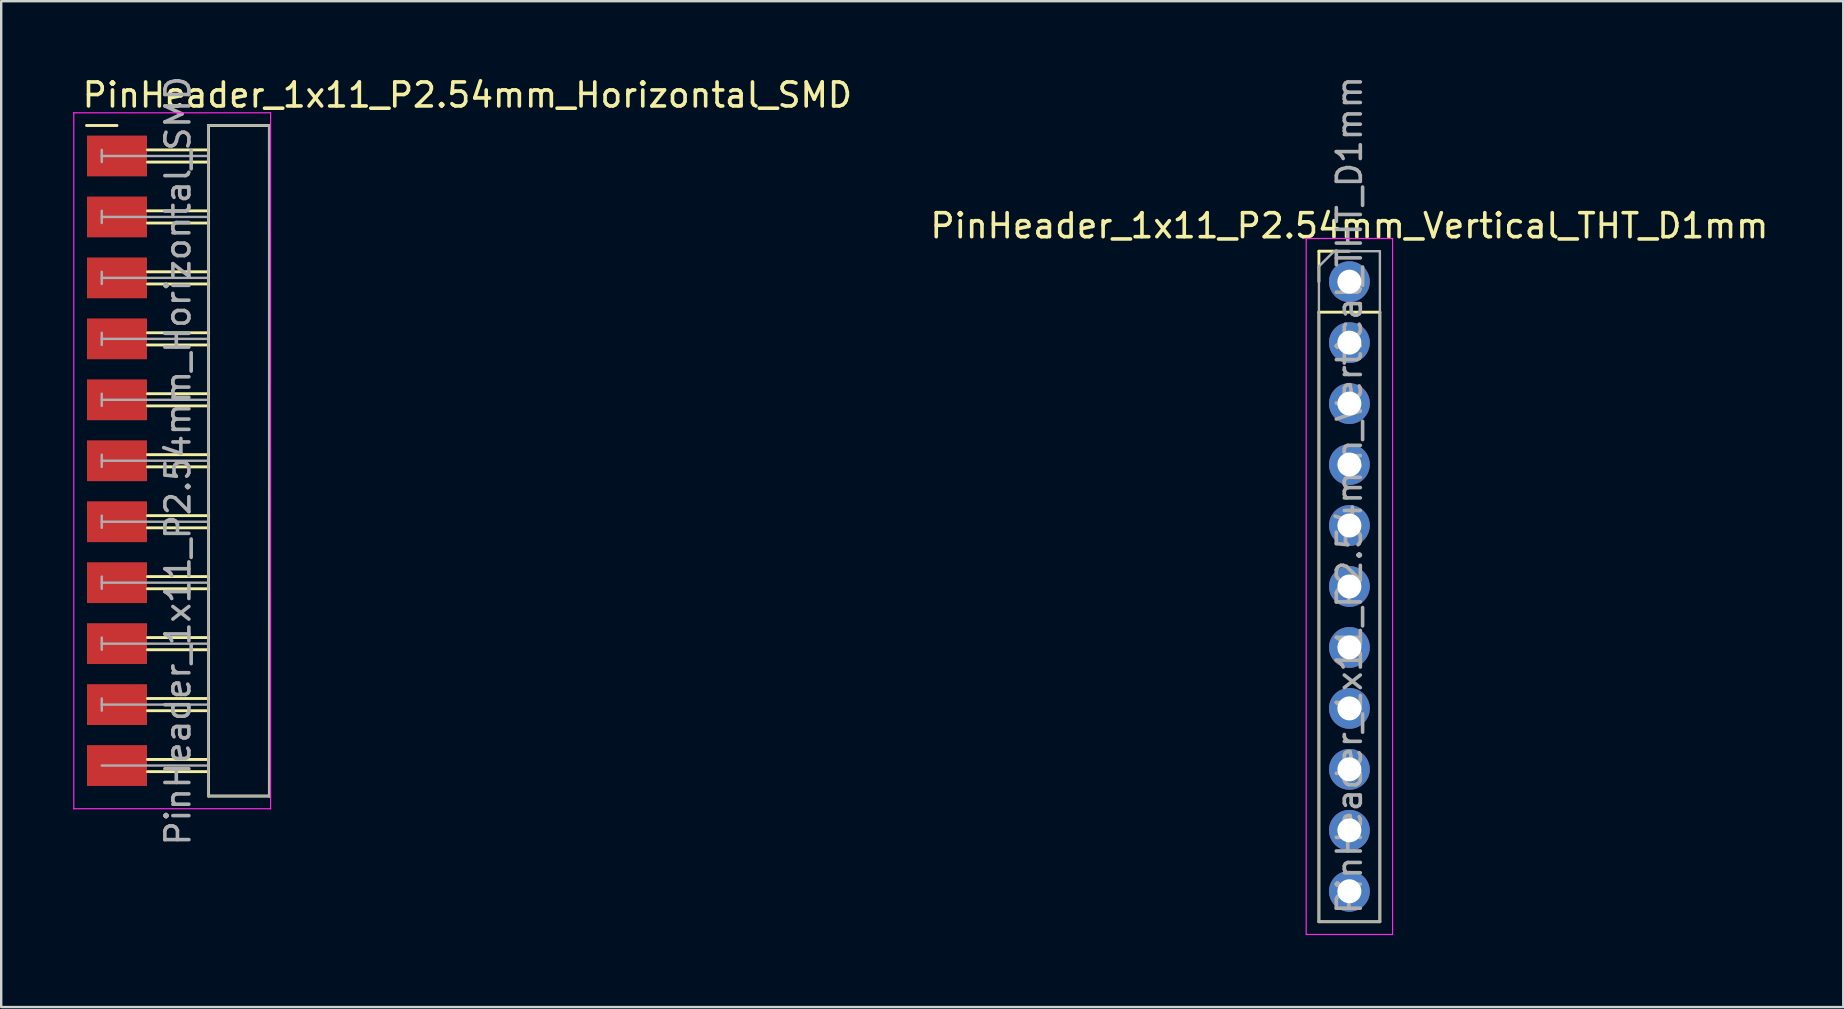
<source format=kicad_pcb>
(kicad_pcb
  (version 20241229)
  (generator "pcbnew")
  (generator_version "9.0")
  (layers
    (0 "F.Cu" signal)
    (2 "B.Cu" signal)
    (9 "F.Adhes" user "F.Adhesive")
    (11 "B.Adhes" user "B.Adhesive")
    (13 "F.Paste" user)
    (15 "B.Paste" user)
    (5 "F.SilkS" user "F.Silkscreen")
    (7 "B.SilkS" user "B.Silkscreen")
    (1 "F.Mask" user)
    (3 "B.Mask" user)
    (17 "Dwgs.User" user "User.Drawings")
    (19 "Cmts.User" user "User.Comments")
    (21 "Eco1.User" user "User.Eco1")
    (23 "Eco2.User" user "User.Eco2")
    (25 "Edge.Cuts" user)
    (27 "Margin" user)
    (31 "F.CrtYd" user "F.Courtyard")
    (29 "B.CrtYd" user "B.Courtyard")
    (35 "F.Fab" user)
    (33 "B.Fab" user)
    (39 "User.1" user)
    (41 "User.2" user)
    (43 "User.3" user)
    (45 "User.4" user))
  (footprint "PinHeader_1x11_P2.54mm_Vertical_THT_D1mm"
    (layer "F.Cu")
    (at 53.176 8.687)
    (property "Reference" "PinHeader_1x11_P2.54mm_Vertical_THT_D1mm" (at 0 -2.33 0) (layer "F.SilkS") (effects (font (size 1 1) (thickness 0.15))))
    (attr through_hole)
    (fp_line (start -1.27 -1.27) (end 0 -1.27) (stroke (width 0.12) (type solid)) (layer "F.SilkS"))
    (fp_line (start -1.27 0) (end -1.27 -1.27) (stroke (width 0.12) (type solid)) (layer "F.SilkS"))
    (fp_line (start -1.27 1.27) (end -1.27 26.67) (stroke (width 0.12) (type solid)) (layer "F.SilkS"))
    (fp_line (start -1.27 1.27) (end 1.27 1.27) (stroke (width 0.12) (type solid)) (layer "F.SilkS"))
    (fp_line (start -1.27 26.67) (end 1.27 26.67) (stroke (width 0.12) (type solid)) (layer "F.SilkS"))
    (fp_line (start 1.27 1.27) (end 1.27 26.67) (stroke (width 0.12) (type solid)) (layer "F.SilkS"))
    (fp_line (start -1.8 -1.8) (end -1.8 27.2) (stroke (width 0.05) (type solid)) (layer "F.CrtYd"))
    (fp_line (start -1.8 27.2) (end 1.8 27.2) (stroke (width 0.05) (type solid)) (layer "F.CrtYd"))
    (fp_line (start 1.8 -1.8) (end -1.8 -1.8) (stroke (width 0.05) (type solid)) (layer "F.CrtYd"))
    (fp_line (start 1.8 27.2) (end 1.8 -1.8) (stroke (width 0.05) (type solid)) (layer "F.CrtYd"))
    (fp_line (start -1.27 -0.635) (end -0.635 -1.27) (stroke (width 0.1) (type solid)) (layer "F.Fab"))
    (fp_line (start -1.27 26.67) (end -1.27 -0.635) (stroke (width 0.1) (type solid)) (layer "F.Fab"))
    (fp_line (start -0.635 -1.27) (end 1.27 -1.27) (stroke (width 0.1) (type solid)) (layer "F.Fab"))
    (fp_line (start 1.27 -1.27) (end 1.27 26.67) (stroke (width 0.1) (type solid)) (layer "F.Fab"))
    (fp_line (start 1.27 26.67) (end -1.27 26.67) (stroke (width 0.1) (type solid)) (layer "F.Fab"))
    (fp_text user "${REFERENCE}" (at 0 8.89 90) (layer "F.Fab") (effects (font (size 1 1) (thickness 0.15))))
    (pad "1" thru_hole circle (at 0 0) (size 1.7 1.7) (drill 1) (layers "*.Cu" "*.Mask"))
    (pad "2" thru_hole oval (at 0 2.54) (size 1.7 1.7) (drill 1) (layers "*.Cu" "*.Mask"))
    (pad "3" thru_hole oval (at 0 5.08) (size 1.7 1.7) (drill 1) (layers "*.Cu" "*.Mask"))
    (pad "4" thru_hole oval (at 0 7.62) (size 1.7 1.7) (drill 1) (layers "*.Cu" "*.Mask"))
    (pad "5" thru_hole oval (at 0 10.16) (size 1.7 1.7) (drill 1) (layers "*.Cu" "*.Mask"))
    (pad "6" thru_hole oval (at 0 12.7) (size 1.7 1.7) (drill 1) (layers "*.Cu" "*.Mask"))
    (pad "7" thru_hole oval (at 0 15.24) (size 1.7 1.7) (drill 1) (layers "*.Cu" "*.Mask"))
    (pad "8" thru_hole oval (at 0 17.78) (size 1.7 1.7) (drill 1) (layers "*.Cu" "*.Mask"))
    (pad "9" thru_hole oval (at 0 20.32) (size 1.7 1.7) (drill 1) (layers "*.Cu" "*.Mask"))
    (pad "10" thru_hole oval (at 0 22.86) (size 1.7 1.7) (drill 1) (layers "*.Cu" "*.Mask"))
    (pad "11" thru_hole oval (at 0 25.4) (size 1.7 1.7) (drill 1) (layers "*.Cu" "*.Mask")))
  (footprint "PinHeader_1x11_P2.54mm_Horizontal_SMD"
    (layer "F.Cu")
    (at 1.825 3.449)
    (property "Reference" "PinHeader_1x11_P2.54mm_Horizontal_SMD" (at -1.524 -2.54 180) (layer "F.SilkS") (effects (font (size 1 1) (thickness 0.15)) (justify left)))
    (attr smd)
    (fp_line (start -1.27 -1.27) (end 0 -1.27) (stroke (width 0.12) (type solid)) (layer "F.SilkS"))
    (fp_line (start 3.81 -1.27) (end 6.35 -1.27) (stroke (width 0.12) (type solid)) (layer "F.SilkS"))
    (fp_line (start 3.81 -0.254) (end 1.27 -0.254) (stroke (width 0.12) (type solid)) (layer "F.SilkS"))
    (fp_line (start 3.81 0.254) (end 1.27 0.254) (stroke (width 0.12) (type solid)) (layer "F.SilkS"))
    (fp_line (start 3.81 2.286) (end 1.27 2.286) (stroke (width 0.12) (type solid)) (layer "F.SilkS"))
    (fp_line (start 3.81 2.794) (end 1.27 2.794) (stroke (width 0.12) (type solid)) (layer "F.SilkS"))
    (fp_line (start 3.81 4.826) (end 1.27 4.826) (stroke (width 0.12) (type solid)) (layer "F.SilkS"))
    (fp_line (start 3.81 5.334) (end 1.27 5.334) (stroke (width 0.12) (type solid)) (layer "F.SilkS"))
    (fp_line (start 3.81 7.366) (end 1.27 7.366) (stroke (width 0.12) (type solid)) (layer "F.SilkS"))
    (fp_line (start 3.81 7.874) (end 1.27 7.874) (stroke (width 0.12) (type solid)) (layer "F.SilkS"))
    (fp_line (start 3.81 9.906) (end 1.27 9.906) (stroke (width 0.12) (type solid)) (layer "F.SilkS"))
    (fp_line (start 3.81 10.414) (end 1.27 10.414) (stroke (width 0.12) (type solid)) (layer "F.SilkS"))
    (fp_line (start 3.81 12.446) (end 1.27 12.446) (stroke (width 0.12) (type solid)) (layer "F.SilkS"))
    (fp_line (start 3.81 12.954) (end 1.27 12.954) (stroke (width 0.12) (type solid)) (layer "F.SilkS"))
    (fp_line (start 3.81 14.986) (end 1.27 14.986) (stroke (width 0.12) (type solid)) (layer "F.SilkS"))
    (fp_line (start 3.81 15.494) (end 1.27 15.494) (stroke (width 0.12) (type solid)) (layer "F.SilkS"))
    (fp_line (start 3.81 17.526) (end 1.27 17.526) (stroke (width 0.12) (type solid)) (layer "F.SilkS"))
    (fp_line (start 3.81 18.034) (end 1.27 18.034) (stroke (width 0.12) (type solid)) (layer "F.SilkS"))
    (fp_line (start 3.81 20.066) (end 1.27 20.066) (stroke (width 0.12) (type solid)) (layer "F.SilkS"))
    (fp_line (start 3.81 20.574) (end 1.27 20.574) (stroke (width 0.12) (type solid)) (layer "F.SilkS"))
    (fp_line (start 3.81 22.606) (end 1.27 22.606) (stroke (width 0.12) (type solid)) (layer "F.SilkS"))
    (fp_line (start 3.81 23.114) (end 1.27 23.114) (stroke (width 0.12) (type solid)) (layer "F.SilkS"))
    (fp_line (start 3.81 25.146) (end 1.27 25.146) (stroke (width 0.12) (type solid)) (layer "F.SilkS"))
    (fp_line (start 3.81 25.654) (end 1.27 25.654) (stroke (width 0.12) (type solid)) (layer "F.SilkS"))
    (fp_line (start 3.81 26.67) (end 3.81 -1.27) (stroke (width 0.12) (type solid)) (layer "F.SilkS"))
    (fp_line (start 6.35 -1.27) (end 6.35 26.67) (stroke (width 0.12) (type solid)) (layer "F.SilkS"))
    (fp_line (start 6.35 26.67) (end 3.81 26.67) (stroke (width 0.12) (type solid)) (layer "F.SilkS"))
    (fp_line (start -1.8 -1.8) (end -1.8 27.2) (stroke (width 0.05) (type solid)) (layer "F.CrtYd"))
    (fp_line (start -1.8 27.2) (end 6.4 27.2) (stroke (width 0.05) (type solid)) (layer "F.CrtYd"))
    (fp_line (start 6.4 -1.8) (end -1.8 -1.8) (stroke (width 0.05) (type solid)) (layer "F.CrtYd"))
    (fp_line (start 6.4 27.2) (end 6.4 -1.8) (stroke (width 0.05) (type solid)) (layer "F.CrtYd"))
    (fp_line (start -0.635 -0.254) (end -0.635 0.254) (stroke (width 0.1) (type solid)) (layer "F.Fab"))
    (fp_line (start -0.635 2.286) (end -0.635 2.794) (stroke (width 0.1) (type solid)) (layer "F.Fab"))
    (fp_line (start -0.635 4.826) (end -0.635 5.334) (stroke (width 0.1) (type solid)) (layer "F.Fab"))
    (fp_line (start -0.635 7.366) (end -0.635 7.874) (stroke (width 0.1) (type solid)) (layer "F.Fab"))
    (fp_line (start -0.635 9.906) (end -0.635 10.414) (stroke (width 0.1) (type solid)) (layer "F.Fab"))
    (fp_line (start -0.635 12.446) (end -0.635 12.954) (stroke (width 0.1) (type solid)) (layer "F.Fab"))
    (fp_line (start -0.635 14.986) (end -0.635 15.494) (stroke (width 0.1) (type solid)) (layer "F.Fab"))
    (fp_line (start -0.635 17.526) (end -0.635 18.034) (stroke (width 0.1) (type solid)) (layer "F.Fab"))
    (fp_line (start -0.635 20.066) (end -0.635 20.574) (stroke (width 0.1) (type solid)) (layer "F.Fab"))
    (fp_line (start -0.635 22.606) (end -0.635 23.114) (stroke (width 0.1) (type solid)) (layer "F.Fab"))
    (fp_line (start 3.8 -1.27) (end 6.34 -1.27) (stroke (width 0.1) (type solid)) (layer "F.Fab"))
    (fp_line (start 3.8 26.67) (end 3.8 -1.27) (stroke (width 0.1) (type solid)) (layer "F.Fab"))
    (fp_line (start 3.8 26.67) (end 6.35 26.67) (stroke (width 0.1) (type solid)) (layer "F.Fab"))
    (fp_line (start 3.81 0) (end -0.635 0) (stroke (width 0.1) (type solid)) (layer "F.Fab"))
    (fp_line (start 3.81 2.54) (end -0.635 2.54) (stroke (width 0.1) (type solid)) (layer "F.Fab"))
    (fp_line (start 3.81 5.08) (end -0.635 5.08) (stroke (width 0.1) (type solid)) (layer "F.Fab"))
    (fp_line (start 3.81 7.62) (end -0.635 7.62) (stroke (width 0.1) (type solid)) (layer "F.Fab"))
    (fp_line (start 3.81 10.16) (end -0.635 10.16) (stroke (width 0.1) (type solid)) (layer "F.Fab"))
    (fp_line (start 3.81 12.7) (end -0.635 12.7) (stroke (width 0.1) (type solid)) (layer "F.Fab"))
    (fp_line (start 3.81 15.24) (end -0.635 15.24) (stroke (width 0.1) (type solid)) (layer "F.Fab"))
    (fp_line (start 3.81 17.78) (end -0.635 17.78) (stroke (width 0.1) (type solid)) (layer "F.Fab"))
    (fp_line (start 3.81 20.32) (end -0.635 20.32) (stroke (width 0.1) (type solid)) (layer "F.Fab"))
    (fp_line (start 3.81 22.86) (end -0.635 22.86) (stroke (width 0.1) (type solid)) (layer "F.Fab"))
    (fp_line (start 3.81 25.4) (end -0.635 25.4) (stroke (width 0.1) (type solid)) (layer "F.Fab"))
    (fp_line (start 6.34 -1.27) (end 6.35 26.67) (stroke (width 0.1) (type solid)) (layer "F.Fab"))
    (fp_text user "${REFERENCE}" (at 2.54 12.7 90) (layer "F.Fab") (effects (font (size 1 1) (thickness 0.15))))
    (pad "1" smd rect (at 0 0) (size 2.5 1.7) (layers "F.Cu" "F.Mask" "F.Paste"))
    (pad "2" smd rect (at 0 2.54) (size 2.5 1.7) (layers "F.Cu" "F.Mask" "F.Paste"))
    (pad "3" smd rect (at 0 5.08) (size 2.5 1.7) (layers "F.Cu" "F.Mask" "F.Paste"))
    (pad "4" smd rect (at 0 7.62) (size 2.5 1.7) (layers "F.Cu" "F.Mask" "F.Paste"))
    (pad "5" smd rect (at 0 10.16) (size 2.5 1.7) (layers "F.Cu" "F.Mask" "F.Paste"))
    (pad "6" smd rect (at 0 12.7) (size 2.5 1.7) (layers "F.Cu" "F.Mask" "F.Paste"))
    (pad "7" smd rect (at 0 15.24) (size 2.5 1.7) (layers "F.Cu" "F.Mask" "F.Paste"))
    (pad "8" smd rect (at 0 17.78) (size 2.5 1.7) (layers "F.Cu" "F.Mask" "F.Paste"))
    (pad "9" smd rect (at 0 20.32) (size 2.5 1.7) (layers "F.Cu" "F.Mask" "F.Paste"))
    (pad "10" smd rect (at 0 22.86) (size 2.5 1.7) (layers "F.Cu" "F.Mask" "F.Paste"))
    (pad "11" smd rect (at 0 25.4) (size 2.5 1.7) (layers "F.Cu" "F.Mask" "F.Paste")))
  (gr_rect
    (start -3 -3)
    (end 73.753 38.912)
    (stroke (width 0.1) (type default))
    (fill no)
    (layer "Edge.Cuts")))
</source>
